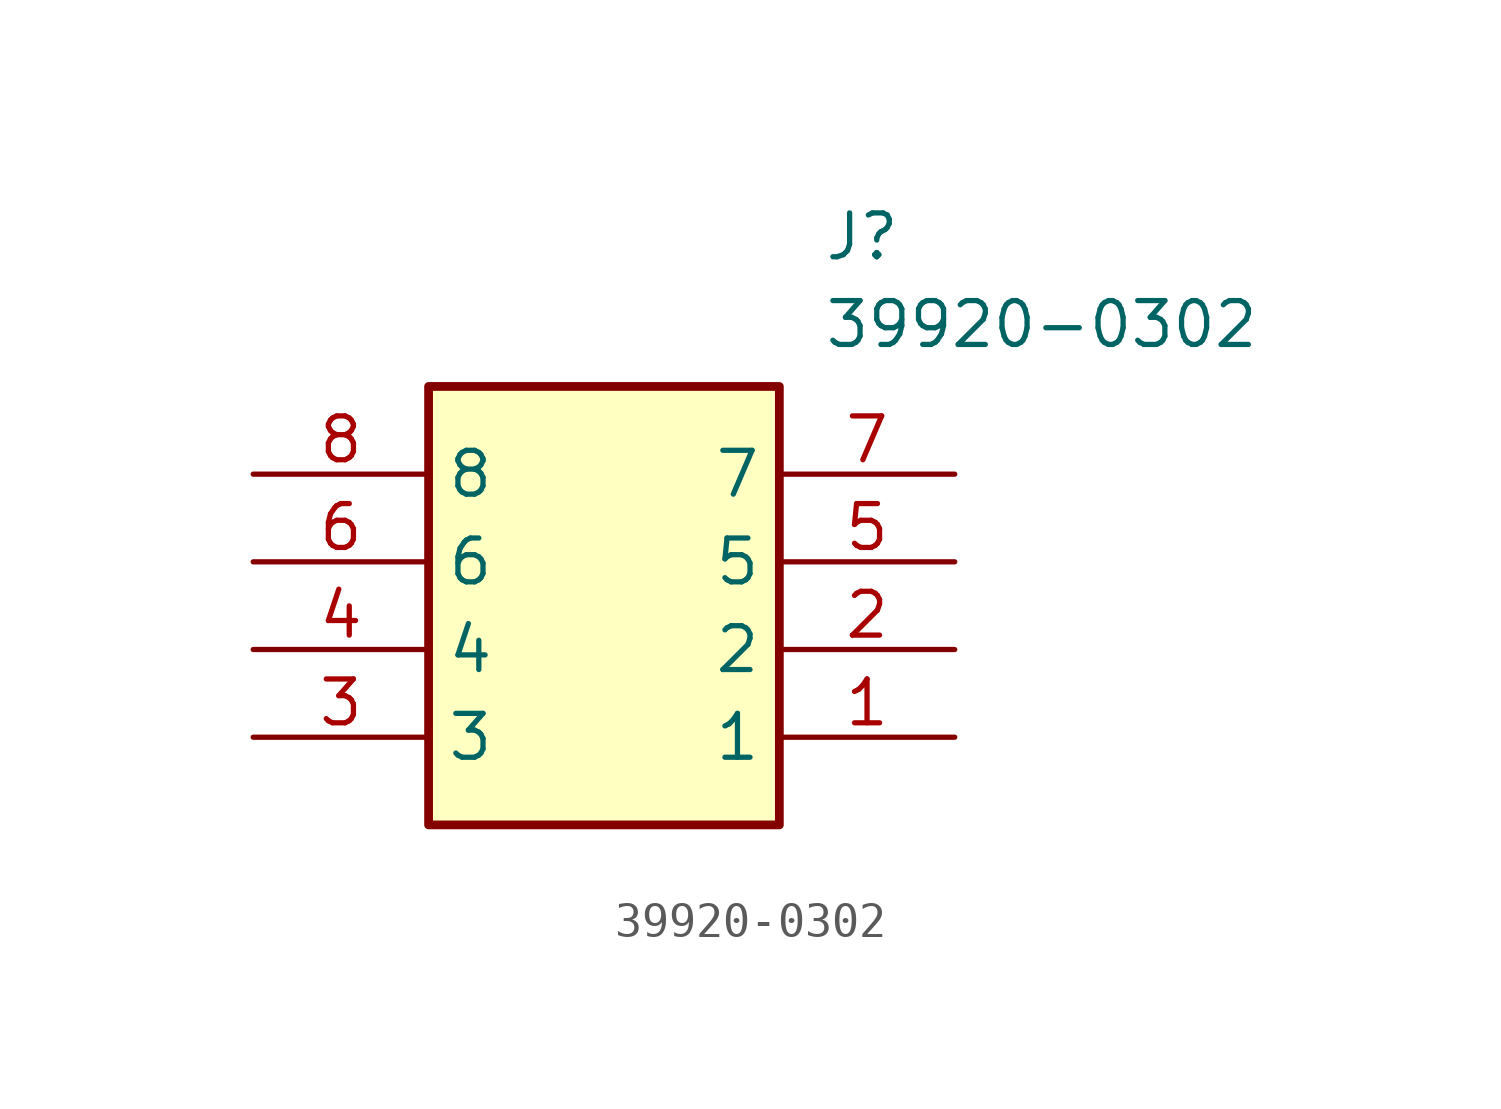
<source format=kicad_sym>
(kicad_symbol_lib
  (version 20211014)
  (generator SamacSys_ECAD_Model)
  (symbol "39920-0302"
    (property "Reference" "J"
      (at 16.51 7.62 0)
      (effects (font (size 1.27 1.27)) (justify left top)))
    (property "Value" "39920-0302"
      (at 16.51 5.08 0)
      (effects (font (size 1.27 1.27)) (justify left top)))
    (rectangle
      (start 5.08 2.54)
      (end 15.24 -10.16)
      (stroke (width 0.254) (type default))
      (fill (type background)))
    (pin passive line
      (at 20.32 -7.62 180)
      (length 5.08)
      (name "1" (effects (font (size 1.27 1.27))))
      (number "1" (effects (font (size 1.27 1.27)))))
    (pin passive line
      (at 20.32 -5.08 180)
      (length 5.08)
      (name "2" (effects (font (size 1.27 1.27))))
      (number "2" (effects (font (size 1.27 1.27)))))
    (pin passive line
      (at 0 -7.62 0)
      (length 5.08)
      (name "3" (effects (font (size 1.27 1.27))))
      (number "3" (effects (font (size 1.27 1.27)))))
    (pin passive line
      (at 0 -5.08 0)
      (length 5.08)
      (name "4" (effects (font (size 1.27 1.27))))
      (number "4" (effects (font (size 1.27 1.27)))))
    (pin passive line
      (at 20.32 -2.54 180)
      (length 5.08)
      (name "5" (effects (font (size 1.27 1.27))))
      (number "5" (effects (font (size 1.27 1.27)))))
    (pin passive line
      (at 0 -2.54 0)
      (length 5.08)
      (name "6" (effects (font (size 1.27 1.27))))
      (number "6" (effects (font (size 1.27 1.27)))))
    (pin passive line
      (at 20.32 0 180)
      (length 5.08)
      (name "7" (effects (font (size 1.27 1.27))))
      (number "7" (effects (font (size 1.27 1.27)))))
    (pin passive line
      (at 0 0 0)
      (length 5.08)
      (name "8" (effects (font (size 1.27 1.27))))
      (number "8" (effects (font (size 1.27 1.27)))))))
</source>
